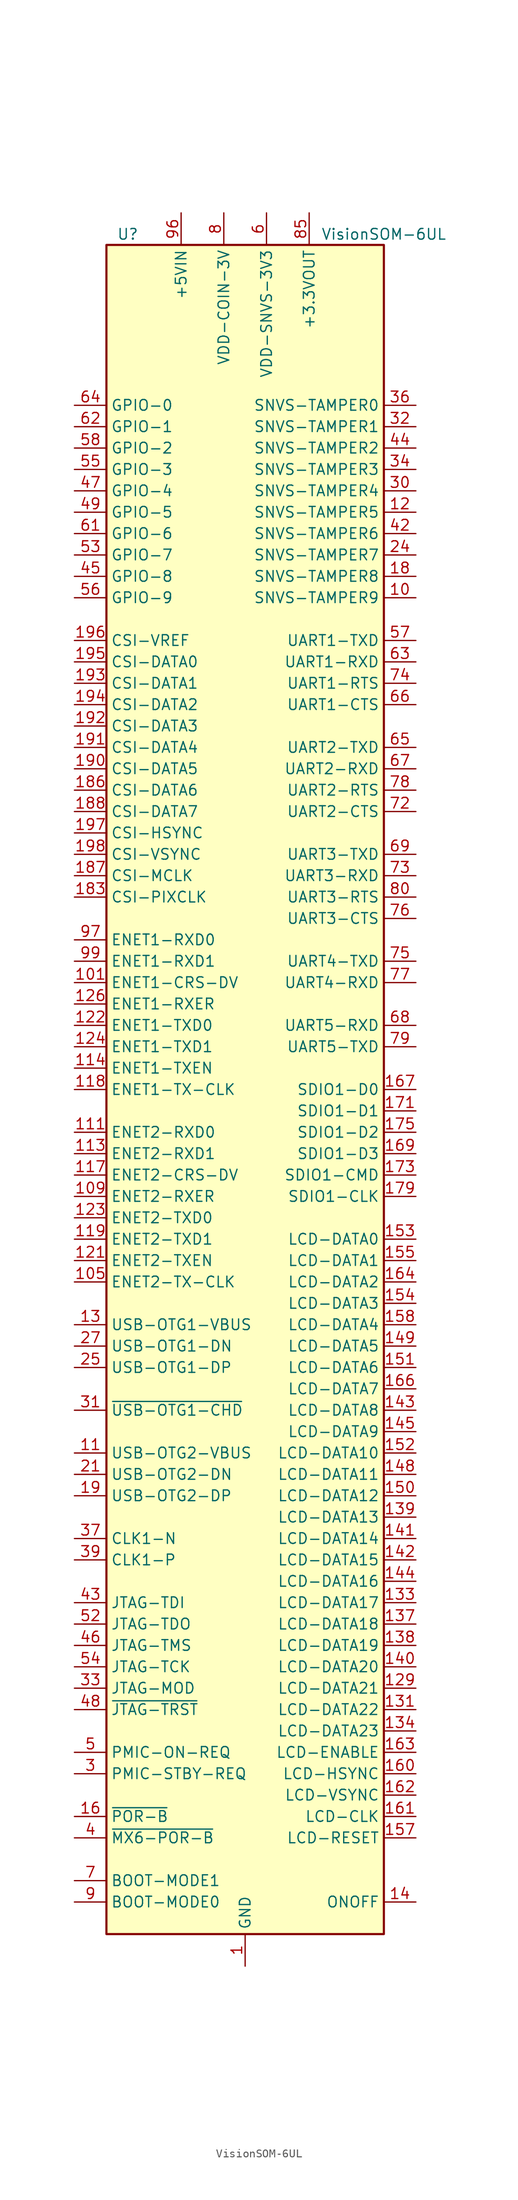
<source format=kicad_sym>
(kicad_symbol_lib
  (version 20211014)
  (generator kicad_symbol_editor)
  (symbol "VisionSOM-6UL"
    (property "Reference" "U"
      (at -13.97 101.6 0)
      (effects (font (size 1.27 1.27))))
    (property "Value" "VisionSOM-6UL"
      (at 16.51 101.6 0)
      (effects (font (size 1.27 1.27))))
    (symbol "VisionSOM-6UL_0_1"
      (rectangle (start -16.51 100.33) (end 16.51 -100.33) (stroke (width 0.254) (type default) (color 0 0 0 0)) (fill (type background))))
    (symbol "VisionSOM-6UL_1_1"
      (pin power_in line (at 0 -104.14 90) (length 3.81) (name "GND" (effects (font (size 1.27 1.27)))) (number "1" (effects (font (size 1.27 1.27)))))
      (pin bidirectional line (at 20.32 58.42 180) (length 3.81) (name "SNVS-TAMPER9" (effects (font (size 1.27 1.27)))) (number "10" (effects (font (size 1.27 1.27)))))
      (pin passive line (at -7.62 104.14 270) (length 3.81) hide (name "+5VIN" (effects (font (size 1.27 1.27)))) (number "100" (effects (font (size 1.27 1.27)))))
      (pin bidirectional line (at -20.32 12.7 0) (length 3.81) (name "ENET1-CRS-DV" (effects (font (size 1.27 1.27)))) (number "101" (effects (font (size 1.27 1.27)))))
      (pin passive line (at -7.62 104.14 270) (length 3.81) hide (name "+5VIN" (effects (font (size 1.27 1.27)))) (number "102" (effects (font (size 1.27 1.27)))))
      (pin passive line (at 0 -104.14 90) (length 3.81) hide (name "GND" (effects (font (size 1.27 1.27)))) (number "103" (effects (font (size 1.27 1.27)))))
      (pin passive line (at -7.62 104.14 270) (length 3.81) hide (name "+5VIN" (effects (font (size 1.27 1.27)))) (number "104" (effects (font (size 1.27 1.27)))))
      (pin bidirectional line (at -20.32 -22.86 0) (length 3.81) (name "ENET2-TX-CLK" (effects (font (size 1.27 1.27)))) (number "105" (effects (font (size 1.27 1.27)))))
      (pin passive line (at -7.62 104.14 270) (length 3.81) hide (name "+5VIN" (effects (font (size 1.27 1.27)))) (number "106" (effects (font (size 1.27 1.27)))))
      (pin passive line (at 0 -104.14 90) (length 3.81) hide (name "GND" (effects (font (size 1.27 1.27)))) (number "107" (effects (font (size 1.27 1.27)))))
      (pin passive line (at -7.62 104.14 270) (length 3.81) hide (name "+5VIN" (effects (font (size 1.27 1.27)))) (number "108" (effects (font (size 1.27 1.27)))))
      (pin bidirectional line (at -20.32 -12.7 0) (length 3.81) (name "ENET2-RXER" (effects (font (size 1.27 1.27)))) (number "109" (effects (font (size 1.27 1.27)))))
      (pin input line (at -20.32 -43.18 0) (length 3.81) (name "USB-OTG2-VBUS" (effects (font (size 1.27 1.27)))) (number "11" (effects (font (size 1.27 1.27)))))
      (pin passive line (at -7.62 104.14 270) (length 3.81) hide (name "+5VIN" (effects (font (size 1.27 1.27)))) (number "110" (effects (font (size 1.27 1.27)))))
      (pin bidirectional line (at -20.32 -5.08 0) (length 3.81) (name "ENET2-RXD0" (effects (font (size 1.27 1.27)))) (number "111" (effects (font (size 1.27 1.27)))))
      (pin passive line (at -7.62 104.14 270) (length 3.81) hide (name "+5VIN" (effects (font (size 1.27 1.27)))) (number "112" (effects (font (size 1.27 1.27)))))
      (pin bidirectional line (at -20.32 -7.62 0) (length 3.81) (name "ENET2-RXD1" (effects (font (size 1.27 1.27)))) (number "113" (effects (font (size 1.27 1.27)))))
      (pin bidirectional line (at -20.32 2.54 0) (length 3.81) (name "ENET1-TXEN" (effects (font (size 1.27 1.27)))) (number "114" (effects (font (size 1.27 1.27)))))
      (pin passive line (at 0 -104.14 90) (length 3.81) hide (name "GND" (effects (font (size 1.27 1.27)))) (number "115" (effects (font (size 1.27 1.27)))))
      (pin passive line (at 0 -104.14 90) (length 3.81) hide (name "GND" (effects (font (size 1.27 1.27)))) (number "116" (effects (font (size 1.27 1.27)))))
      (pin bidirectional line (at -20.32 -10.16 0) (length 3.81) (name "ENET2-CRS-DV" (effects (font (size 1.27 1.27)))) (number "117" (effects (font (size 1.27 1.27)))))
      (pin bidirectional line (at -20.32 0 0) (length 3.81) (name "ENET1-TX-CLK" (effects (font (size 1.27 1.27)))) (number "118" (effects (font (size 1.27 1.27)))))
      (pin bidirectional line (at -20.32 -17.78 0) (length 3.81) (name "ENET2-TXD1" (effects (font (size 1.27 1.27)))) (number "119" (effects (font (size 1.27 1.27)))))
      (pin bidirectional line (at 20.32 68.58 180) (length 3.81) (name "SNVS-TAMPER5" (effects (font (size 1.27 1.27)))) (number "12" (effects (font (size 1.27 1.27)))))
      (pin passive line (at 0 -104.14 90) (length 3.81) hide (name "GND" (effects (font (size 1.27 1.27)))) (number "120" (effects (font (size 1.27 1.27)))))
      (pin bidirectional line (at -20.32 -20.32 0) (length 3.81) (name "ENET2-TXEN" (effects (font (size 1.27 1.27)))) (number "121" (effects (font (size 1.27 1.27)))))
      (pin bidirectional line (at -20.32 7.62 0) (length 3.81) (name "ENET1-TXD0" (effects (font (size 1.27 1.27)))) (number "122" (effects (font (size 1.27 1.27)))))
      (pin bidirectional line (at -20.32 -15.24 0) (length 3.81) (name "ENET2-TXD0" (effects (font (size 1.27 1.27)))) (number "123" (effects (font (size 1.27 1.27)))))
      (pin bidirectional line (at -20.32 5.08 0) (length 3.81) (name "ENET1-TXD1" (effects (font (size 1.27 1.27)))) (number "124" (effects (font (size 1.27 1.27)))))
      (pin passive line (at 0 -104.14 90) (length 3.81) hide (name "GND" (effects (font (size 1.27 1.27)))) (number "125" (effects (font (size 1.27 1.27)))))
      (pin bidirectional line (at -20.32 10.16 0) (length 3.81) (name "ENET1-RXER" (effects (font (size 1.27 1.27)))) (number "126" (effects (font (size 1.27 1.27)))))
      (pin passive line (at 0 -104.14 90) (length 3.81) hide (name "GND" (effects (font (size 1.27 1.27)))) (number "127" (effects (font (size 1.27 1.27)))))
      (pin passive line (at 0 -104.14 90) (length 3.81) hide (name "GND" (effects (font (size 1.27 1.27)))) (number "128" (effects (font (size 1.27 1.27)))))
      (pin bidirectional line (at 20.32 -71.12 180) (length 3.81) (name "LCD-DATA21" (effects (font (size 1.27 1.27)))) (number "129" (effects (font (size 1.27 1.27)))))
      (pin input line (at -20.32 -27.94 0) (length 3.81) (name "USB-OTG1-VBUS" (effects (font (size 1.27 1.27)))) (number "13" (effects (font (size 1.27 1.27)))))
      (pin passive line (at 0 -104.14 90) (length 3.81) hide (name "GND" (effects (font (size 1.27 1.27)))) (number "130" (effects (font (size 1.27 1.27)))))
      (pin bidirectional line (at 20.32 -73.66 180) (length 3.81) (name "LCD-DATA22" (effects (font (size 1.27 1.27)))) (number "131" (effects (font (size 1.27 1.27)))))
      (pin passive line (at 0 -104.14 90) (length 3.81) hide (name "GND" (effects (font (size 1.27 1.27)))) (number "132" (effects (font (size 1.27 1.27)))))
      (pin bidirectional line (at 20.32 -60.96 180) (length 3.81) (name "LCD-DATA17" (effects (font (size 1.27 1.27)))) (number "133" (effects (font (size 1.27 1.27)))))
      (pin bidirectional line (at 20.32 -76.2 180) (length 3.81) (name "LCD-DATA23" (effects (font (size 1.27 1.27)))) (number "134" (effects (font (size 1.27 1.27)))))
      (pin passive line (at 0 -104.14 90) (length 3.81) hide (name "GND" (effects (font (size 1.27 1.27)))) (number "135" (effects (font (size 1.27 1.27)))))
      (pin passive line (at 0 -104.14 90) (length 3.81) hide (name "GND" (effects (font (size 1.27 1.27)))) (number "136" (effects (font (size 1.27 1.27)))))
      (pin bidirectional line (at 20.32 -63.5 180) (length 3.81) (name "LCD-DATA18" (effects (font (size 1.27 1.27)))) (number "137" (effects (font (size 1.27 1.27)))))
      (pin bidirectional line (at 20.32 -66.04 180) (length 3.81) (name "LCD-DATA19" (effects (font (size 1.27 1.27)))) (number "138" (effects (font (size 1.27 1.27)))))
      (pin bidirectional line (at 20.32 -50.8 180) (length 3.81) (name "LCD-DATA13" (effects (font (size 1.27 1.27)))) (number "139" (effects (font (size 1.27 1.27)))))
      (pin input line (at 20.32 -96.52 180) (length 3.81) (name "ONOFF" (effects (font (size 1.27 1.27)))) (number "14" (effects (font (size 1.27 1.27)))))
      (pin bidirectional line (at 20.32 -68.58 180) (length 3.81) (name "LCD-DATA20" (effects (font (size 1.27 1.27)))) (number "140" (effects (font (size 1.27 1.27)))))
      (pin bidirectional line (at 20.32 -53.34 180) (length 3.81) (name "LCD-DATA14" (effects (font (size 1.27 1.27)))) (number "141" (effects (font (size 1.27 1.27)))))
      (pin bidirectional line (at 20.32 -55.88 180) (length 3.81) (name "LCD-DATA15" (effects (font (size 1.27 1.27)))) (number "142" (effects (font (size 1.27 1.27)))))
      (pin bidirectional line (at 20.32 -38.1 180) (length 3.81) (name "LCD-DATA8" (effects (font (size 1.27 1.27)))) (number "143" (effects (font (size 1.27 1.27)))))
      (pin bidirectional line (at 20.32 -58.42 180) (length 3.81) (name "LCD-DATA16" (effects (font (size 1.27 1.27)))) (number "144" (effects (font (size 1.27 1.27)))))
      (pin bidirectional line (at 20.32 -40.64 180) (length 3.81) (name "LCD-DATA9" (effects (font (size 1.27 1.27)))) (number "145" (effects (font (size 1.27 1.27)))))
      (pin passive line (at 0 -104.14 90) (length 3.81) hide (name "GND" (effects (font (size 1.27 1.27)))) (number "146" (effects (font (size 1.27 1.27)))))
      (pin passive line (at 0 -104.14 90) (length 3.81) hide (name "GND" (effects (font (size 1.27 1.27)))) (number "147" (effects (font (size 1.27 1.27)))))
      (pin bidirectional line (at 20.32 -45.72 180) (length 3.81) (name "LCD-DATA11" (effects (font (size 1.27 1.27)))) (number "148" (effects (font (size 1.27 1.27)))))
      (pin bidirectional line (at 20.32 -30.48 180) (length 3.81) (name "LCD-DATA5" (effects (font (size 1.27 1.27)))) (number "149" (effects (font (size 1.27 1.27)))))
      (pin passive line (at 0 -104.14 90) (length 3.81) hide (name "GND" (effects (font (size 1.27 1.27)))) (number "15" (effects (font (size 1.27 1.27)))))
      (pin bidirectional line (at 20.32 -48.26 180) (length 3.81) (name "LCD-DATA12" (effects (font (size 1.27 1.27)))) (number "150" (effects (font (size 1.27 1.27)))))
      (pin bidirectional line (at 20.32 -33.02 180) (length 3.81) (name "LCD-DATA6" (effects (font (size 1.27 1.27)))) (number "151" (effects (font (size 1.27 1.27)))))
      (pin bidirectional line (at 20.32 -43.18 180) (length 3.81) (name "LCD-DATA10" (effects (font (size 1.27 1.27)))) (number "152" (effects (font (size 1.27 1.27)))))
      (pin bidirectional line (at 20.32 -17.78 180) (length 3.81) (name "LCD-DATA0" (effects (font (size 1.27 1.27)))) (number "153" (effects (font (size 1.27 1.27)))))
      (pin bidirectional line (at 20.32 -25.4 180) (length 3.81) (name "LCD-DATA3" (effects (font (size 1.27 1.27)))) (number "154" (effects (font (size 1.27 1.27)))))
      (pin bidirectional line (at 20.32 -20.32 180) (length 3.81) (name "LCD-DATA1" (effects (font (size 1.27 1.27)))) (number "155" (effects (font (size 1.27 1.27)))))
      (pin passive line (at 0 -104.14 90) (length 3.81) hide (name "GND" (effects (font (size 1.27 1.27)))) (number "156" (effects (font (size 1.27 1.27)))))
      (pin bidirectional line (at 20.32 -88.9 180) (length 3.81) (name "LCD-RESET" (effects (font (size 1.27 1.27)))) (number "157" (effects (font (size 1.27 1.27)))))
      (pin bidirectional line (at 20.32 -27.94 180) (length 3.81) (name "LCD-DATA4" (effects (font (size 1.27 1.27)))) (number "158" (effects (font (size 1.27 1.27)))))
      (pin passive line (at 0 -104.14 90) (length 3.81) hide (name "GND" (effects (font (size 1.27 1.27)))) (number "159" (effects (font (size 1.27 1.27)))))
      (pin input line (at -20.32 -86.36 0) (length 3.81) (name "~{POR-B}" (effects (font (size 1.27 1.27)))) (number "16" (effects (font (size 1.27 1.27)))))
      (pin bidirectional line (at 20.32 -81.28 180) (length 3.81) (name "LCD-HSYNC" (effects (font (size 1.27 1.27)))) (number "160" (effects (font (size 1.27 1.27)))))
      (pin bidirectional line (at 20.32 -86.36 180) (length 3.81) (name "LCD-CLK" (effects (font (size 1.27 1.27)))) (number "161" (effects (font (size 1.27 1.27)))))
      (pin bidirectional line (at 20.32 -83.82 180) (length 3.81) (name "LCD-VSYNC" (effects (font (size 1.27 1.27)))) (number "162" (effects (font (size 1.27 1.27)))))
      (pin bidirectional line (at 20.32 -78.74 180) (length 3.81) (name "LCD-ENABLE" (effects (font (size 1.27 1.27)))) (number "163" (effects (font (size 1.27 1.27)))))
      (pin bidirectional line (at 20.32 -22.86 180) (length 3.81) (name "LCD-DATA2" (effects (font (size 1.27 1.27)))) (number "164" (effects (font (size 1.27 1.27)))))
      (pin passive line (at 0 -104.14 90) (length 3.81) hide (name "GND" (effects (font (size 1.27 1.27)))) (number "165" (effects (font (size 1.27 1.27)))))
      (pin bidirectional line (at 20.32 -35.56 180) (length 3.81) (name "LCD-DATA7" (effects (font (size 1.27 1.27)))) (number "166" (effects (font (size 1.27 1.27)))))
      (pin bidirectional line (at 20.32 0 180) (length 3.81) (name "SDIO1-D0" (effects (font (size 1.27 1.27)))) (number "167" (effects (font (size 1.27 1.27)))))
      (pin passive line (at 0 -104.14 90) (length 3.81) hide (name "GND" (effects (font (size 1.27 1.27)))) (number "168" (effects (font (size 1.27 1.27)))))
      (pin bidirectional line (at 20.32 -7.62 180) (length 3.81) (name "SDIO1-D3" (effects (font (size 1.27 1.27)))) (number "169" (effects (font (size 1.27 1.27)))))
      (pin passive line (at 0 -104.14 90) (length 3.81) hide (name "GND" (effects (font (size 1.27 1.27)))) (number "17" (effects (font (size 1.27 1.27)))))
      (pin passive line (at 0 -104.14 90) (length 3.81) hide (name "GND" (effects (font (size 1.27 1.27)))) (number "170" (effects (font (size 1.27 1.27)))))
      (pin bidirectional line (at 20.32 -2.54 180) (length 3.81) (name "SDIO1-D1" (effects (font (size 1.27 1.27)))) (number "171" (effects (font (size 1.27 1.27)))))
      (pin passive line (at 0 -104.14 90) (length 3.81) hide (name "GND" (effects (font (size 1.27 1.27)))) (number "172" (effects (font (size 1.27 1.27)))))
      (pin bidirectional line (at 20.32 -10.16 180) (length 3.81) (name "SDIO1-CMD" (effects (font (size 1.27 1.27)))) (number "173" (effects (font (size 1.27 1.27)))))
      (pin passive line (at 0 -104.14 90) (length 3.81) hide (name "GND" (effects (font (size 1.27 1.27)))) (number "174" (effects (font (size 1.27 1.27)))))
      (pin bidirectional line (at 20.32 -5.08 180) (length 3.81) (name "SDIO1-D2" (effects (font (size 1.27 1.27)))) (number "175" (effects (font (size 1.27 1.27)))))
      (pin passive line (at 0 -104.14 90) (length 3.81) hide (name "GND" (effects (font (size 1.27 1.27)))) (number "176" (effects (font (size 1.27 1.27)))))
      (pin passive line (at 0 -104.14 90) (length 3.81) hide (name "GND" (effects (font (size 1.27 1.27)))) (number "177" (effects (font (size 1.27 1.27)))))
      (pin passive line (at 0 -104.14 90) (length 3.81) hide (name "GND" (effects (font (size 1.27 1.27)))) (number "178" (effects (font (size 1.27 1.27)))))
      (pin bidirectional line (at 20.32 -12.7 180) (length 3.81) (name "SDIO1-CLK" (effects (font (size 1.27 1.27)))) (number "179" (effects (font (size 1.27 1.27)))))
      (pin bidirectional line (at 20.32 60.96 180) (length 3.81) (name "SNVS-TAMPER8" (effects (font (size 1.27 1.27)))) (number "18" (effects (font (size 1.27 1.27)))))
      (pin passive line (at 0 -104.14 90) (length 3.81) hide (name "GND" (effects (font (size 1.27 1.27)))) (number "180" (effects (font (size 1.27 1.27)))))
      (pin passive line (at 0 -104.14 90) (length 3.81) hide (name "GND" (effects (font (size 1.27 1.27)))) (number "181" (effects (font (size 1.27 1.27)))))
      (pin passive line (at 0 -104.14 90) (length 3.81) hide (name "GND" (effects (font (size 1.27 1.27)))) (number "182" (effects (font (size 1.27 1.27)))))
      (pin bidirectional line (at -20.32 22.86 0) (length 3.81) (name "CSI-PIXCLK" (effects (font (size 1.27 1.27)))) (number "183" (effects (font (size 1.27 1.27)))))
      (pin passive line (at 0 -104.14 90) (length 3.81) hide (name "GND" (effects (font (size 1.27 1.27)))) (number "184" (effects (font (size 1.27 1.27)))))
      (pin passive line (at 0 -104.14 90) (length 3.81) hide (name "GND" (effects (font (size 1.27 1.27)))) (number "185" (effects (font (size 1.27 1.27)))))
      (pin bidirectional line (at -20.32 35.56 0) (length 3.81) (name "CSI-DATA6" (effects (font (size 1.27 1.27)))) (number "186" (effects (font (size 1.27 1.27)))))
      (pin bidirectional line (at -20.32 25.4 0) (length 3.81) (name "CSI-MCLK" (effects (font (size 1.27 1.27)))) (number "187" (effects (font (size 1.27 1.27)))))
      (pin bidirectional line (at -20.32 33.02 0) (length 3.81) (name "CSI-DATA7" (effects (font (size 1.27 1.27)))) (number "188" (effects (font (size 1.27 1.27)))))
      (pin passive line (at 0 -104.14 90) (length 3.81) hide (name "GND" (effects (font (size 1.27 1.27)))) (number "189" (effects (font (size 1.27 1.27)))))
      (pin bidirectional line (at -20.32 -48.26 0) (length 3.81) (name "USB-OTG2-DP" (effects (font (size 1.27 1.27)))) (number "19" (effects (font (size 1.27 1.27)))))
      (pin bidirectional line (at -20.32 38.1 0) (length 3.81) (name "CSI-DATA5" (effects (font (size 1.27 1.27)))) (number "190" (effects (font (size 1.27 1.27)))))
      (pin bidirectional line (at -20.32 40.64 0) (length 3.81) (name "CSI-DATA4" (effects (font (size 1.27 1.27)))) (number "191" (effects (font (size 1.27 1.27)))))
      (pin bidirectional line (at -20.32 43.18 0) (length 3.81) (name "CSI-DATA3" (effects (font (size 1.27 1.27)))) (number "192" (effects (font (size 1.27 1.27)))))
      (pin bidirectional line (at -20.32 48.26 0) (length 3.81) (name "CSI-DATA1" (effects (font (size 1.27 1.27)))) (number "193" (effects (font (size 1.27 1.27)))))
      (pin bidirectional line (at -20.32 45.72 0) (length 3.81) (name "CSI-DATA2" (effects (font (size 1.27 1.27)))) (number "194" (effects (font (size 1.27 1.27)))))
      (pin bidirectional line (at -20.32 50.8 0) (length 3.81) (name "CSI-DATA0" (effects (font (size 1.27 1.27)))) (number "195" (effects (font (size 1.27 1.27)))))
      (pin passive line (at -20.32 53.34 0) (length 3.81) (name "CSI-VREF" (effects (font (size 1.27 1.27)))) (number "196" (effects (font (size 1.27 1.27)))))
      (pin bidirectional line (at -20.32 30.48 0) (length 3.81) (name "CSI-HSYNC" (effects (font (size 1.27 1.27)))) (number "197" (effects (font (size 1.27 1.27)))))
      (pin bidirectional line (at -20.32 27.94 0) (length 3.81) (name "CSI-VSYNC" (effects (font (size 1.27 1.27)))) (number "198" (effects (font (size 1.27 1.27)))))
      (pin passive line (at 0 -104.14 90) (length 3.81) hide (name "GND" (effects (font (size 1.27 1.27)))) (number "199" (effects (font (size 1.27 1.27)))))
      (pin passive line (at 0 -104.14 90) (length 3.81) hide (name "GND" (effects (font (size 1.27 1.27)))) (number "2" (effects (font (size 1.27 1.27)))))
      (pin passive line (at 0 -104.14 90) (length 3.81) hide (name "GND" (effects (font (size 1.27 1.27)))) (number "20" (effects (font (size 1.27 1.27)))))
      (pin passive line (at 0 -104.14 90) (length 3.81) hide (name "GND" (effects (font (size 1.27 1.27)))) (number "200" (effects (font (size 1.27 1.27)))))
      (pin bidirectional line (at -20.32 -45.72 0) (length 3.81) (name "USB-OTG2-DN" (effects (font (size 1.27 1.27)))) (number "21" (effects (font (size 1.27 1.27)))))
      (pin passive line (at 0 -104.14 90) (length 3.81) hide (name "GND" (effects (font (size 1.27 1.27)))) (number "22" (effects (font (size 1.27 1.27)))))
      (pin passive line (at 0 -104.14 90) (length 3.81) hide (name "GND" (effects (font (size 1.27 1.27)))) (number "23" (effects (font (size 1.27 1.27)))))
      (pin bidirectional line (at 20.32 63.5 180) (length 3.81) (name "SNVS-TAMPER7" (effects (font (size 1.27 1.27)))) (number "24" (effects (font (size 1.27 1.27)))))
      (pin bidirectional line (at -20.32 -33.02 0) (length 3.81) (name "USB-OTG1-DP" (effects (font (size 1.27 1.27)))) (number "25" (effects (font (size 1.27 1.27)))))
      (pin passive line (at 0 -104.14 90) (length 3.81) hide (name "GND" (effects (font (size 1.27 1.27)))) (number "26" (effects (font (size 1.27 1.27)))))
      (pin bidirectional line (at -20.32 -30.48 0) (length 3.81) (name "USB-OTG1-DN" (effects (font (size 1.27 1.27)))) (number "27" (effects (font (size 1.27 1.27)))))
      (pin passive line (at 0 -104.14 90) (length 3.81) hide (name "GND" (effects (font (size 1.27 1.27)))) (number "28" (effects (font (size 1.27 1.27)))))
      (pin passive line (at 0 -104.14 90) (length 3.81) hide (name "GND" (effects (font (size 1.27 1.27)))) (number "29" (effects (font (size 1.27 1.27)))))
      (pin output line (at -20.32 -81.28 0) (length 3.81) (name "PMIC-STBY-REQ" (effects (font (size 1.27 1.27)))) (number "3" (effects (font (size 1.27 1.27)))))
      (pin bidirectional line (at 20.32 71.12 180) (length 3.81) (name "SNVS-TAMPER4" (effects (font (size 1.27 1.27)))) (number "30" (effects (font (size 1.27 1.27)))))
      (pin open_collector line (at -20.32 -38.1 0) (length 3.81) (name "~{USB-OTG1-CHD}" (effects (font (size 1.27 1.27)))) (number "31" (effects (font (size 1.27 1.27)))))
      (pin bidirectional line (at 20.32 78.74 180) (length 3.81) (name "SNVS-TAMPER1" (effects (font (size 1.27 1.27)))) (number "32" (effects (font (size 1.27 1.27)))))
      (pin bidirectional line (at -20.32 -71.12 0) (length 3.81) (name "JTAG-MOD" (effects (font (size 1.27 1.27)))) (number "33" (effects (font (size 1.27 1.27)))))
      (pin bidirectional line (at 20.32 73.66 180) (length 3.81) (name "SNVS-TAMPER3" (effects (font (size 1.27 1.27)))) (number "34" (effects (font (size 1.27 1.27)))))
      (pin passive line (at 0 -104.14 90) (length 3.81) hide (name "GND" (effects (font (size 1.27 1.27)))) (number "35" (effects (font (size 1.27 1.27)))))
      (pin bidirectional line (at 20.32 81.28 180) (length 3.81) (name "SNVS-TAMPER0" (effects (font (size 1.27 1.27)))) (number "36" (effects (font (size 1.27 1.27)))))
      (pin bidirectional line (at -20.32 -53.34 0) (length 3.81) (name "CLK1-N" (effects (font (size 1.27 1.27)))) (number "37" (effects (font (size 1.27 1.27)))))
      (pin passive line (at 0 -104.14 90) (length 3.81) hide (name "GND" (effects (font (size 1.27 1.27)))) (number "38" (effects (font (size 1.27 1.27)))))
      (pin bidirectional line (at -20.32 -55.88 0) (length 3.81) (name "CLK1-P" (effects (font (size 1.27 1.27)))) (number "39" (effects (font (size 1.27 1.27)))))
      (pin input line (at -20.32 -88.9 0) (length 3.81) (name "~{MX6-POR-B}" (effects (font (size 1.27 1.27)))) (number "4" (effects (font (size 1.27 1.27)))))
      (pin passive line (at 0 -104.14 90) (length 3.81) hide (name "GND" (effects (font (size 1.27 1.27)))) (number "40" (effects (font (size 1.27 1.27)))))
      (pin passive line (at 0 -104.14 90) (length 3.81) hide (name "GND" (effects (font (size 1.27 1.27)))) (number "41" (effects (font (size 1.27 1.27)))))
      (pin bidirectional line (at 20.32 66.04 180) (length 3.81) (name "SNVS-TAMPER6" (effects (font (size 1.27 1.27)))) (number "42" (effects (font (size 1.27 1.27)))))
      (pin bidirectional line (at -20.32 -60.96 0) (length 3.81) (name "JTAG-TDI" (effects (font (size 1.27 1.27)))) (number "43" (effects (font (size 1.27 1.27)))))
      (pin bidirectional line (at 20.32 76.2 180) (length 3.81) (name "SNVS-TAMPER2" (effects (font (size 1.27 1.27)))) (number "44" (effects (font (size 1.27 1.27)))))
      (pin bidirectional line (at -20.32 60.96 0) (length 3.81) (name "GPIO-8" (effects (font (size 1.27 1.27)))) (number "45" (effects (font (size 1.27 1.27)))))
      (pin bidirectional line (at -20.32 -66.04 0) (length 3.81) (name "JTAG-TMS" (effects (font (size 1.27 1.27)))) (number "46" (effects (font (size 1.27 1.27)))))
      (pin bidirectional line (at -20.32 71.12 0) (length 3.81) (name "GPIO-4" (effects (font (size 1.27 1.27)))) (number "47" (effects (font (size 1.27 1.27)))))
      (pin bidirectional line (at -20.32 -73.66 0) (length 3.81) (name "~{JTAG-TRST}" (effects (font (size 1.27 1.27)))) (number "48" (effects (font (size 1.27 1.27)))))
      (pin bidirectional line (at -20.32 68.58 0) (length 3.81) (name "GPIO-5" (effects (font (size 1.27 1.27)))) (number "49" (effects (font (size 1.27 1.27)))))
      (pin output line (at -20.32 -78.74 0) (length 3.81) (name "PMIC-ON-REQ" (effects (font (size 1.27 1.27)))) (number "5" (effects (font (size 1.27 1.27)))))
      (pin passive line (at 0 -104.14 90) (length 3.81) hide (name "GND" (effects (font (size 1.27 1.27)))) (number "50" (effects (font (size 1.27 1.27)))))
      (pin passive line (at 0 -104.14 90) (length 3.81) hide (name "GND" (effects (font (size 1.27 1.27)))) (number "51" (effects (font (size 1.27 1.27)))))
      (pin bidirectional line (at -20.32 -63.5 0) (length 3.81) (name "JTAG-TDO" (effects (font (size 1.27 1.27)))) (number "52" (effects (font (size 1.27 1.27)))))
      (pin bidirectional line (at -20.32 63.5 0) (length 3.81) (name "GPIO-7" (effects (font (size 1.27 1.27)))) (number "53" (effects (font (size 1.27 1.27)))))
      (pin bidirectional line (at -20.32 -68.58 0) (length 3.81) (name "JTAG-TCK" (effects (font (size 1.27 1.27)))) (number "54" (effects (font (size 1.27 1.27)))))
      (pin bidirectional line (at -20.32 73.66 0) (length 3.81) (name "GPIO-3" (effects (font (size 1.27 1.27)))) (number "55" (effects (font (size 1.27 1.27)))))
      (pin bidirectional line (at -20.32 58.42 0) (length 3.81) (name "GPIO-9" (effects (font (size 1.27 1.27)))) (number "56" (effects (font (size 1.27 1.27)))))
      (pin bidirectional line (at 20.32 53.34 180) (length 3.81) (name "UART1-TXD" (effects (font (size 1.27 1.27)))) (number "57" (effects (font (size 1.27 1.27)))))
      (pin bidirectional line (at -20.32 76.2 0) (length 3.81) (name "GPIO-2" (effects (font (size 1.27 1.27)))) (number "58" (effects (font (size 1.27 1.27)))))
      (pin passive line (at 0 -104.14 90) (length 3.81) hide (name "GND" (effects (font (size 1.27 1.27)))) (number "59" (effects (font (size 1.27 1.27)))))
      (pin power_in line (at 2.54 104.14 270) (length 3.81) (name "VDD-SNVS-3V3" (effects (font (size 1.27 1.27)))) (number "6" (effects (font (size 1.27 1.27)))))
      (pin passive line (at 0 -104.14 90) (length 3.81) hide (name "GND" (effects (font (size 1.27 1.27)))) (number "60" (effects (font (size 1.27 1.27)))))
      (pin bidirectional line (at -20.32 66.04 0) (length 3.81) (name "GPIO-6" (effects (font (size 1.27 1.27)))) (number "61" (effects (font (size 1.27 1.27)))))
      (pin bidirectional line (at -20.32 78.74 0) (length 3.81) (name "GPIO-1" (effects (font (size 1.27 1.27)))) (number "62" (effects (font (size 1.27 1.27)))))
      (pin bidirectional line (at 20.32 50.8 180) (length 3.81) (name "UART1-RXD" (effects (font (size 1.27 1.27)))) (number "63" (effects (font (size 1.27 1.27)))))
      (pin bidirectional line (at -20.32 81.28 0) (length 3.81) (name "GPIO-0" (effects (font (size 1.27 1.27)))) (number "64" (effects (font (size 1.27 1.27)))))
      (pin bidirectional line (at 20.32 40.64 180) (length 3.81) (name "UART2-TXD" (effects (font (size 1.27 1.27)))) (number "65" (effects (font (size 1.27 1.27)))))
      (pin bidirectional line (at 20.32 45.72 180) (length 3.81) (name "UART1-CTS" (effects (font (size 1.27 1.27)))) (number "66" (effects (font (size 1.27 1.27)))))
      (pin bidirectional line (at 20.32 38.1 180) (length 3.81) (name "UART2-RXD" (effects (font (size 1.27 1.27)))) (number "67" (effects (font (size 1.27 1.27)))))
      (pin bidirectional line (at 20.32 7.62 180) (length 3.81) (name "UART5-RXD" (effects (font (size 1.27 1.27)))) (number "68" (effects (font (size 1.27 1.27)))))
      (pin bidirectional line (at 20.32 27.94 180) (length 3.81) (name "UART3-TXD" (effects (font (size 1.27 1.27)))) (number "69" (effects (font (size 1.27 1.27)))))
      (pin input line (at -20.32 -93.98 0) (length 3.81) (name "BOOT-MODE1" (effects (font (size 1.27 1.27)))) (number "7" (effects (font (size 1.27 1.27)))))
      (pin passive line (at 0 -104.14 90) (length 3.81) hide (name "GND" (effects (font (size 1.27 1.27)))) (number "70" (effects (font (size 1.27 1.27)))))
      (pin passive line (at 0 -104.14 90) (length 3.81) hide (name "GND" (effects (font (size 1.27 1.27)))) (number "71" (effects (font (size 1.27 1.27)))))
      (pin bidirectional line (at 20.32 33.02 180) (length 3.81) (name "UART2-CTS" (effects (font (size 1.27 1.27)))) (number "72" (effects (font (size 1.27 1.27)))))
      (pin bidirectional line (at 20.32 25.4 180) (length 3.81) (name "UART3-RXD" (effects (font (size 1.27 1.27)))) (number "73" (effects (font (size 1.27 1.27)))))
      (pin bidirectional line (at 20.32 48.26 180) (length 3.81) (name "UART1-RTS" (effects (font (size 1.27 1.27)))) (number "74" (effects (font (size 1.27 1.27)))))
      (pin bidirectional line (at 20.32 15.24 180) (length 3.81) (name "UART4-TXD" (effects (font (size 1.27 1.27)))) (number "75" (effects (font (size 1.27 1.27)))))
      (pin bidirectional line (at 20.32 20.32 180) (length 3.81) (name "UART3-CTS" (effects (font (size 1.27 1.27)))) (number "76" (effects (font (size 1.27 1.27)))))
      (pin bidirectional line (at 20.32 12.7 180) (length 3.81) (name "UART4-RXD" (effects (font (size 1.27 1.27)))) (number "77" (effects (font (size 1.27 1.27)))))
      (pin bidirectional line (at 20.32 35.56 180) (length 3.81) (name "UART2-RTS" (effects (font (size 1.27 1.27)))) (number "78" (effects (font (size 1.27 1.27)))))
      (pin bidirectional line (at 20.32 5.08 180) (length 3.81) (name "UART5-TXD" (effects (font (size 1.27 1.27)))) (number "79" (effects (font (size 1.27 1.27)))))
      (pin power_in line (at -2.54 104.14 270) (length 3.81) (name "VDD-COIN-3V" (effects (font (size 1.27 1.27)))) (number "8" (effects (font (size 1.27 1.27)))))
      (pin bidirectional line (at 20.32 22.86 180) (length 3.81) (name "UART3-RTS" (effects (font (size 1.27 1.27)))) (number "80" (effects (font (size 1.27 1.27)))))
      (pin passive line (at 0 -104.14 90) (length 3.81) hide (name "GND" (effects (font (size 1.27 1.27)))) (number "81" (effects (font (size 1.27 1.27)))))
      (pin passive line (at 0 -104.14 90) (length 3.81) hide (name "GND" (effects (font (size 1.27 1.27)))) (number "82" (effects (font (size 1.27 1.27)))))
      (pin no_connect line (at 15.24 -93.98 180) (length 3.81) hide (name "NC" (effects (font (size 1.27 1.27)))) (number "83" (effects (font (size 1.27 1.27)))))
      (pin passive line (at 0 -104.14 90) (length 3.81) hide (name "GND" (effects (font (size 1.27 1.27)))) (number "84" (effects (font (size 1.27 1.27)))))
      (pin power_out line (at 7.62 104.14 270) (length 3.81) (name "+3.3VOUT" (effects (font (size 1.27 1.27)))) (number "85" (effects (font (size 1.27 1.27)))))
      (pin passive line (at 7.62 104.14 270) (length 3.81) hide (name "+3.3VOUT" (effects (font (size 1.27 1.27)))) (number "87" (effects (font (size 1.27 1.27)))))
      (pin passive line (at 7.62 104.14 270) (length 3.81) hide (name "+3.3VOUT" (effects (font (size 1.27 1.27)))) (number "88" (effects (font (size 1.27 1.27)))))
      (pin passive line (at 7.62 104.14 270) (length 3.81) hide (name "+3.3VOUT" (effects (font (size 1.27 1.27)))) (number "89" (effects (font (size 1.27 1.27)))))
      (pin input line (at -20.32 -96.52 0) (length 3.81) (name "BOOT-MODE0" (effects (font (size 1.27 1.27)))) (number "9" (effects (font (size 1.27 1.27)))))
      (pin passive line (at 7.62 104.14 270) (length 3.81) hide (name "+3.3VOUT" (effects (font (size 1.27 1.27)))) (number "90" (effects (font (size 1.27 1.27)))))
      (pin passive line (at 7.62 104.14 270) (length 3.81) hide (name "+3.3VOUT" (effects (font (size 1.27 1.27)))) (number "91" (effects (font (size 1.27 1.27)))))
      (pin passive line (at 7.62 104.14 270) (length 3.81) hide (name "+3.3VOUT" (effects (font (size 1.27 1.27)))) (number "92" (effects (font (size 1.27 1.27)))))
      (pin passive line (at 7.62 104.14 270) (length 3.81) hide (name "+3.3VOUT" (effects (font (size 1.27 1.27)))) (number "93" (effects (font (size 1.27 1.27)))))
      (pin power_in line (at -7.62 104.14 270) (length 3.81) (name "+5VIN" (effects (font (size 1.27 1.27)))) (number "96" (effects (font (size 1.27 1.27)))))
      (pin bidirectional line (at -20.32 17.78 0) (length 3.81) (name "ENET1-RXD0" (effects (font (size 1.27 1.27)))) (number "97" (effects (font (size 1.27 1.27)))))
      (pin passive line (at -7.62 104.14 270) (length 3.81) hide (name "+5VIN" (effects (font (size 1.27 1.27)))) (number "98" (effects (font (size 1.27 1.27)))))
      (pin bidirectional line (at -20.32 15.24 0) (length 3.81) (name "ENET1-RXD1" (effects (font (size 1.27 1.27)))) (number "99" (effects (font (size 1.27 1.27))))))))
</source>
